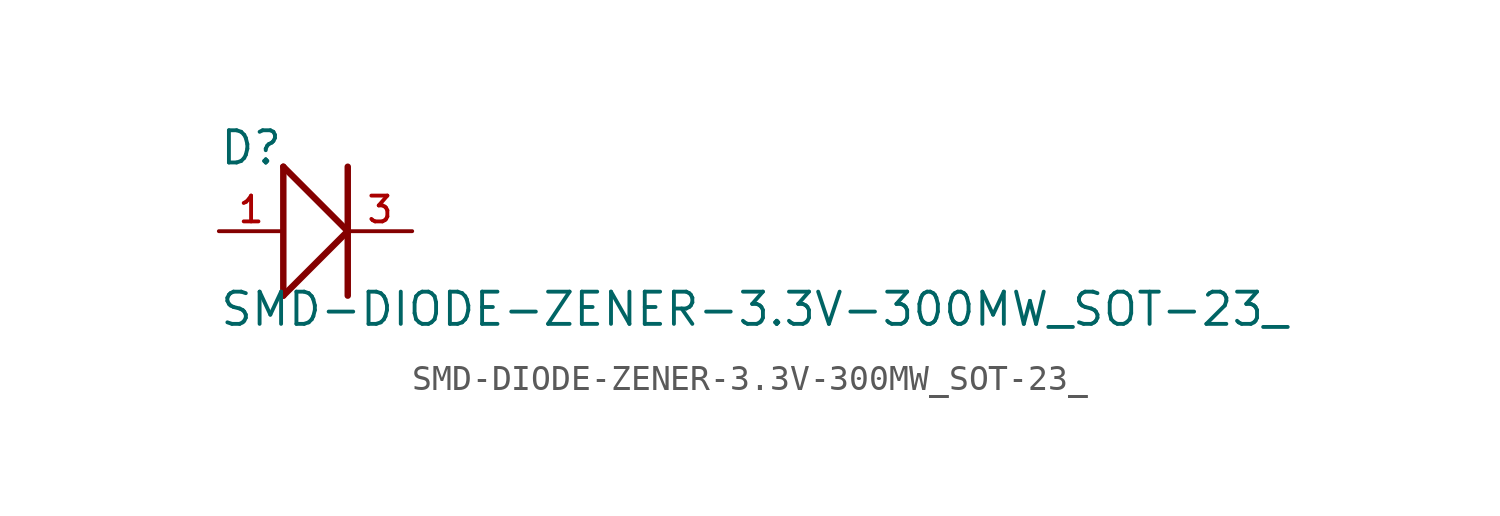
<source format=kicad_sym>
(kicad_symbol_lib
  (version 20211014)
  (generator kicad_symbol_editor)
  (symbol "SMD-DIODE-ZENER-3.3V-300MW_SOT-23_"
    (pin_names
      (offset 1.016))
    (property "Reference" "D"
      (at -3.816 2.544 0)
      (effects (font (size 1.27 1.27)) (justify bottom left)))
    (property "Value" "SMD-DIODE-ZENER-3.3V-300MW_SOT-23_"
      (at -3.816 -3.816 0)
      (effects (font (size 1.27 1.27)) (justify bottom left)))
    (symbol "SMD-DIODE-ZENER-3.3V-300MW_SOT-23__0_0"
      (polyline (pts (xy -1.27 -2.54) (xy -1.27 2.54)) (stroke (width 0.254)))
      (polyline (pts (xy -1.27 -2.54) (xy 1.27 0.0)) (stroke (width 0.254)))
      (polyline (pts (xy -1.27 2.54) (xy 1.27 0.0)) (stroke (width 0.254)))
      (polyline (pts (xy 1.27 2.54) (xy 1.27 -2.54)) (stroke (width 0.254)))
      (pin passive line (at -3.81 0.0 0) (length 2.54) (name "~" (effects (font (size 1.016 1.016)))) (number "1" (effects (font (size 1.016 1.016)))))
      (pin passive line (at 3.81 0.0 180.0) (length 2.54) (name "~" (effects (font (size 1.016 1.016)))) (number "3" (effects (font (size 1.016 1.016))))))))
</source>
